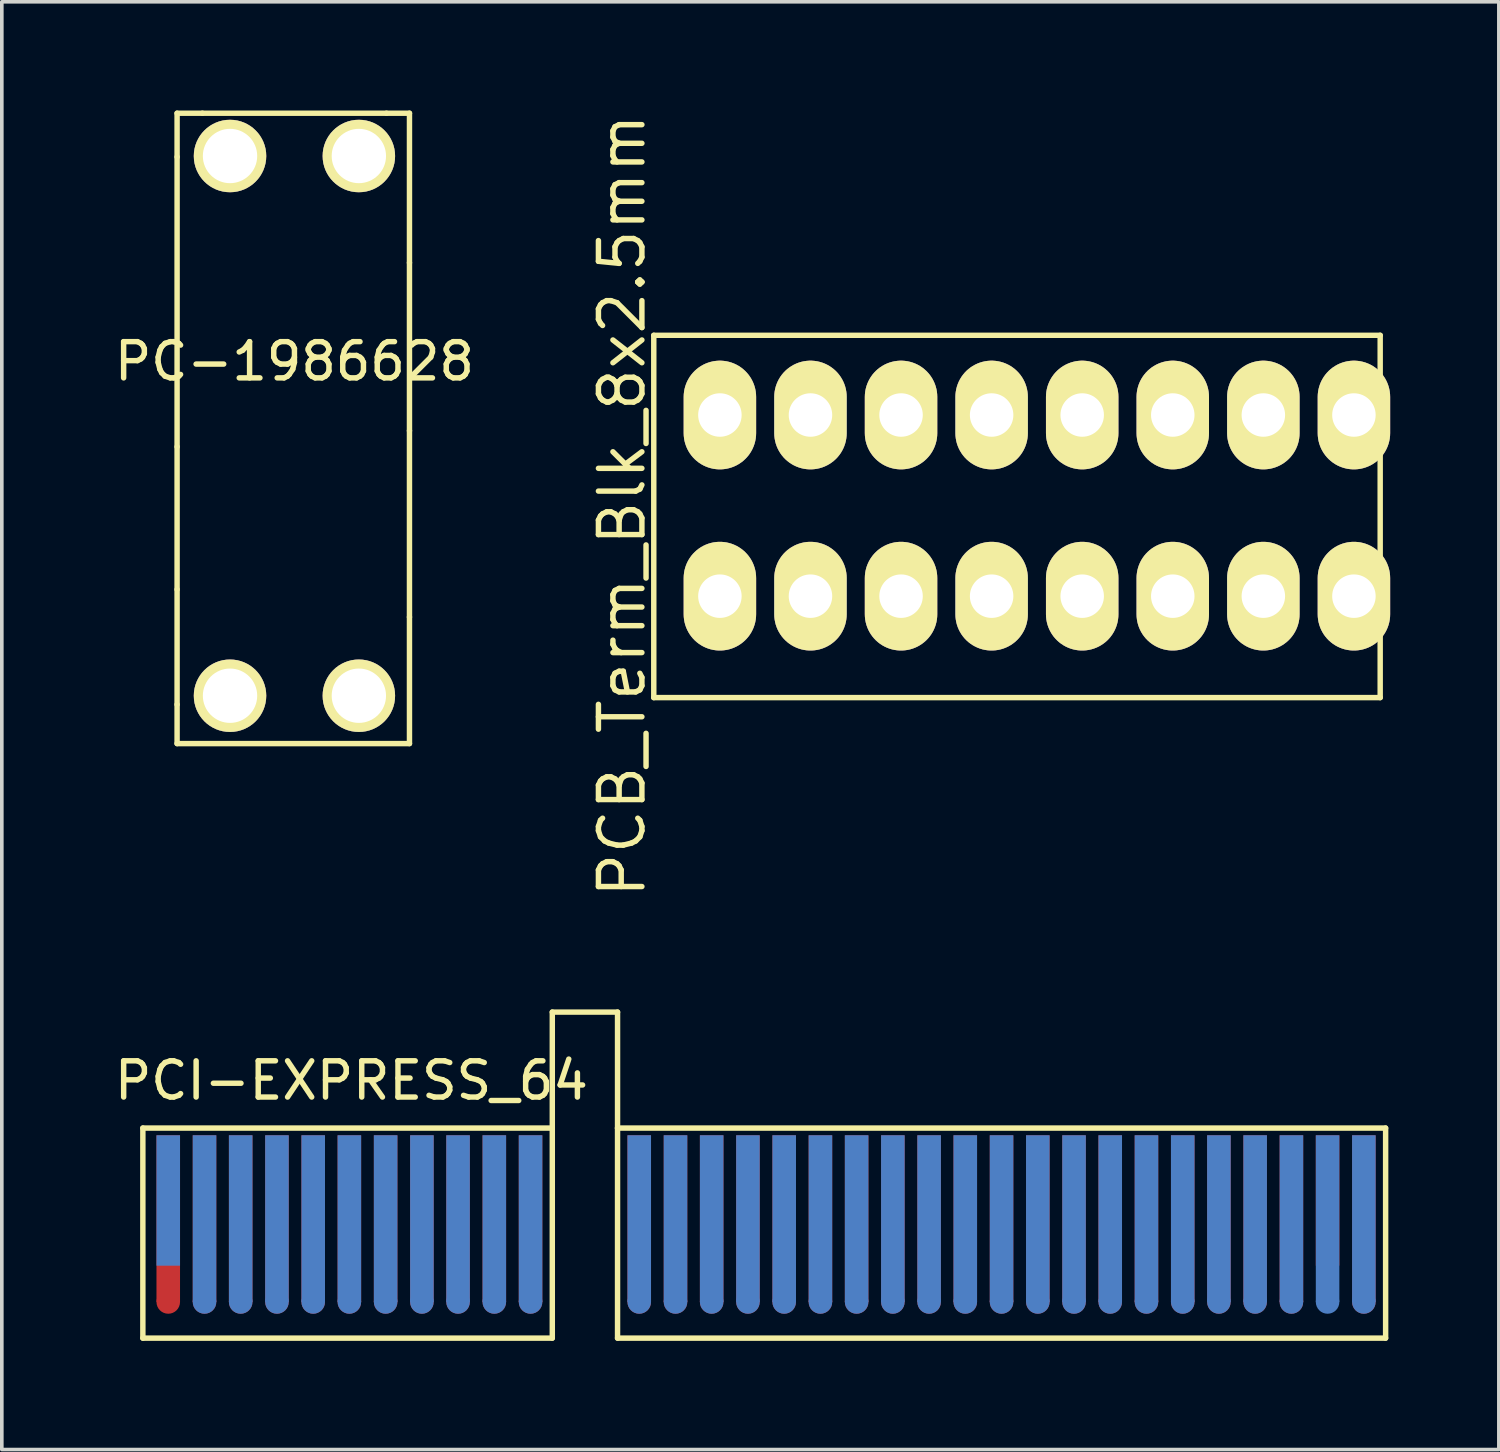
<source format=kicad_pcb>
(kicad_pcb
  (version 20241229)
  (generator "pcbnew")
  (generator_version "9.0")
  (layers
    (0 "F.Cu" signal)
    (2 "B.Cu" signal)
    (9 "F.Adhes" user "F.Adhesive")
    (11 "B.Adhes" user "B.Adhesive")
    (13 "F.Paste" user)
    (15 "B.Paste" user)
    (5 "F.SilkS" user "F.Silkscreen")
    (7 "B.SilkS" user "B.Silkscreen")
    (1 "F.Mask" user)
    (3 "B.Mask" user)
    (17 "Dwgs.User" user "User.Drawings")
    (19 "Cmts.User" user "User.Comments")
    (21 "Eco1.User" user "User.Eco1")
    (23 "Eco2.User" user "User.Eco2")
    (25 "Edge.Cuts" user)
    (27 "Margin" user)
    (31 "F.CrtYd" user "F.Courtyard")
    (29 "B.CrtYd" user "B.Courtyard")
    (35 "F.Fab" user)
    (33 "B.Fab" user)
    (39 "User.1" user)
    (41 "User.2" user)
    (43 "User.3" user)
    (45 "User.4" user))
  (footprint "PC-1986628"
    (layer "F.Cu")
    (at 5.077 7.695)
    (property "Reference" "PC-1986628" (at 0 -0.77 0) (layer "F.SilkS") (effects (font (size 1 1) (thickness 0.15))))
    (attr through_hole)
    (fp_line (start -3.239 -7.62) (end -3.239 -6.413) (stroke (width 0.15) (type solid)) (layer "F.SilkS"))
    (fp_line (start -3.239 -6.413) (end -3.239 1.587) (stroke (width 0.15) (type solid)) (layer "F.SilkS"))
    (fp_line (start -3.239 1.587) (end -3.239 5.524) (stroke (width 0.15) (type solid)) (layer "F.SilkS"))
    (fp_line (start -3.239 5.524) (end -3.239 8.7) (stroke (width 0.15) (type solid)) (layer "F.SilkS"))
    (fp_line (start -3.239 8.7) (end -3.239 9.779) (stroke (width 0.15) (type solid)) (layer "F.SilkS"))
    (fp_line (start -3.239 9.779) (end 3.175 9.779) (stroke (width 0.15) (type solid)) (layer "F.SilkS"))
    (fp_line (start -2.54 -7.62) (end -3.239 -7.62) (stroke (width 0.15) (type solid)) (layer "F.SilkS"))
    (fp_line (start 2.54 -7.62) (end -2.54 -7.62) (stroke (width 0.15) (type solid)) (layer "F.SilkS"))
    (fp_line (start 3.175 -7.62) (end 2.54 -7.62) (stroke (width 0.15) (type solid)) (layer "F.SilkS"))
    (fp_line (start 3.175 -3.493) (end 3.175 -7.62) (stroke (width 0.15) (type solid)) (layer "F.SilkS"))
    (fp_line (start 3.175 1.143) (end 3.175 -3.493) (stroke (width 0.15) (type solid)) (layer "F.SilkS"))
    (fp_line (start 3.175 6.287) (end 3.175 1.143) (stroke (width 0.15) (type solid)) (layer "F.SilkS"))
    (fp_line (start 3.175 9.779) (end 3.175 6.287) (stroke (width 0.15) (type solid)) (layer "F.SilkS"))
    (pad "1" thru_hole circle (at -1.778 -6.439) (size 2 2) (drill 1.5) (layers "*.Cu" "*.Mask" "F.SilkS"))
    (pad "2" thru_hole circle (at 1.778 -6.439) (size 2 2) (drill 1.5) (layers "*.Cu" "*.Mask" "F.SilkS"))
    (pad "3" thru_hole circle (at -1.778 8.458) (size 2 2) (drill 1.5) (layers "*.Cu" "*.Mask" "F.SilkS"))
    (pad "4" thru_hole circle (at 1.778 8.458) (size 2 2) (drill 1.5) (layers "*.Cu" "*.Mask" "F.SilkS")))
  (footprint "PCI-EXPRESS_64"
    (layer "F.Cu")
    (at 11.094 30.585)
    (property "Reference" "PCI-EXPRESS_64" (at -4.445 -3.81 0) (layer "F.SilkS") (effects (font (size 1 1) (thickness 0.15))))
    (attr through_hole)
    (fp_line (start -10.201 -2.499) (end 1.1 -2.499) (stroke (width 0.15) (type solid)) (layer "F.SilkS"))
    (fp_line (start -10.201 3.299) (end -10.201 -2.499) (stroke (width 0.15) (type solid)) (layer "F.SilkS"))
    (fp_line (start 1.1 -5.7) (end 2.901 -5.7) (stroke (width 0.15) (type solid)) (layer "F.SilkS"))
    (fp_line (start 1.1 -2.499) (end 1.1 -5.7) (stroke (width 0.15) (type solid)) (layer "F.SilkS"))
    (fp_line (start 1.1 -2.499) (end 1.1 3.299) (stroke (width 0.15) (type solid)) (layer "F.SilkS"))
    (fp_line (start 1.1 3.299) (end -10.201 3.299) (stroke (width 0.15) (type solid)) (layer "F.SilkS"))
    (fp_line (start 2.901 -5.7) (end 2.901 -2.499) (stroke (width 0.15) (type solid)) (layer "F.SilkS"))
    (fp_line (start 2.901 -2.499) (end 2.901 3.299) (stroke (width 0.15) (type solid)) (layer "F.SilkS"))
    (fp_line (start 2.901 3.299) (end 24.1 3.299) (stroke (width 0.15) (type solid)) (layer "F.SilkS"))
    (fp_line (start 24.1 -2.499) (end 2.901 -2.499) (stroke (width 0.15) (type solid)) (layer "F.SilkS"))
    (fp_line (start 24.101 -2.499) (end 24.101 3.299) (stroke (width 0.15) (type solid)) (layer "F.SilkS"))
    (pad "" connect circle (at -9.5 2.301) (size 0.65 0.65) (layers "F.Cu" "F.Mask"))
    (pad "" connect circle (at -8.499 2.301) (size 0.65 0.65) (layers "F.Cu" "F.Mask"))
    (pad "" connect oval (at -8.499 2.301 90) (size 0.65 0.65) (layers "B.Cu" "B.Mask"))
    (pad "" connect circle (at -7.501 2.301) (size 0.65 0.65) (layers "F.Cu" "F.Mask"))
    (pad "" connect oval (at -7.501 2.301 90) (size 0.65 0.65) (layers "B.Cu" "B.Mask"))
    (pad "" connect circle (at -6.5 2.301) (size 0.65 0.65) (layers "F.Cu" "F.Mask"))
    (pad "" connect oval (at -6.5 2.301 90) (size 0.65 0.65) (layers "B.Cu" "B.Mask"))
    (pad "" connect circle (at -5.499 2.301) (size 0.65 0.65) (layers "F.Cu" "F.Mask"))
    (pad "" connect oval (at -5.499 2.301 90) (size 0.65 0.65) (layers "B.Cu" "B.Mask"))
    (pad "" connect circle (at -4.501 2.301) (size 0.65 0.65) (layers "F.Cu" "F.Mask"))
    (pad "" connect oval (at -4.501 2.301 90) (size 0.65 0.65) (layers "B.Cu" "B.Mask"))
    (pad "" connect circle (at -3.5 2.301) (size 0.65 0.65) (layers "F.Cu" "F.Mask"))
    (pad "" connect oval (at -3.5 2.301 90) (size 0.65 0.65) (layers "B.Cu" "B.Mask"))
    (pad "" connect circle (at -2.499 2.301) (size 0.65 0.65) (layers "F.Cu" "F.Mask"))
    (pad "" connect oval (at -2.499 2.301 90) (size 0.65 0.65) (layers "B.Cu" "B.Mask"))
    (pad "" connect circle (at -1.501 2.301) (size 0.65 0.65) (layers "F.Cu" "F.Mask"))
    (pad "" connect oval (at -1.501 2.301 90) (size 0.65 0.65) (layers "B.Cu" "B.Mask"))
    (pad "" connect circle (at -0.5 2.301) (size 0.65 0.65) (layers "F.Cu" "F.Mask"))
    (pad "" connect oval (at -0.5 2.301 90) (size 0.65 0.65) (layers "B.Cu" "B.Mask"))
    (pad "" connect circle (at 0.5 2.301) (size 0.65 0.65) (layers "F.Cu" "F.Mask"))
    (pad "" connect oval (at 0.5 2.301 90) (size 0.65 0.65) (layers "B.Cu" "B.Mask"))
    (pad "" connect circle (at 3.5 2.301) (size 0.65 0.65) (layers "F.Cu" "F.Mask"))
    (pad "" connect oval (at 3.5 2.301 90) (size 0.65 0.65) (layers "B.Cu" "B.Mask"))
    (pad "" connect circle (at 4.501 2.301) (size 0.65 0.65) (layers "F.Cu" "F.Mask"))
    (pad "" connect oval (at 4.501 2.301 90) (size 0.65 0.65) (layers "B.Cu" "B.Mask"))
    (pad "" connect circle (at 5.499 2.301) (size 0.65 0.65) (layers "F.Cu" "F.Mask"))
    (pad "" connect oval (at 5.499 2.301 90) (size 0.65 0.65) (layers "B.Cu" "B.Mask"))
    (pad "" connect circle (at 6.5 2.301) (size 0.65 0.65) (layers "F.Cu" "F.Mask"))
    (pad "" connect oval (at 6.5 2.301 90) (size 0.65 0.65) (layers "B.Cu" "B.Mask"))
    (pad "" connect circle (at 7.501 2.301) (size 0.65 0.65) (layers "F.Cu" "F.Mask"))
    (pad "" connect oval (at 7.501 2.301 90) (size 0.65 0.65) (layers "B.Cu" "B.Mask"))
    (pad "" connect circle (at 8.501 2.301) (size 0.65 0.65) (layers "F.Cu" "F.Mask"))
    (pad "" connect oval (at 8.501 2.301 90) (size 0.65 0.65) (layers "B.Cu" "B.Mask"))
    (pad "" connect circle (at 9.5 2.301) (size 0.65 0.65) (layers "F.Cu" "F.Mask"))
    (pad "" connect oval (at 9.5 2.301 90) (size 0.65 0.65) (layers "B.Cu" "B.Mask"))
    (pad "" connect circle (at 10.5 2.301) (size 0.65 0.65) (layers "F.Cu" "F.Mask"))
    (pad "" connect oval (at 10.5 2.301 90) (size 0.65 0.65) (layers "B.Cu" "B.Mask"))
    (pad "" connect circle (at 11.501 2.301) (size 0.65 0.65) (layers "F.Cu" "F.Mask"))
    (pad "" connect oval (at 11.501 2.301 90) (size 0.65 0.65) (layers "B.Cu" "B.Mask"))
    (pad "" connect circle (at 12.499 2.301) (size 0.65 0.65) (layers "F.Cu" "F.Mask"))
    (pad "" connect oval (at 12.499 2.301 90) (size 0.65 0.65) (layers "B.Cu" "B.Mask"))
    (pad "" connect circle (at 13.5 2.301) (size 0.65 0.65) (layers "F.Cu" "F.Mask"))
    (pad "" connect oval (at 13.5 2.301 90) (size 0.65 0.65) (layers "B.Cu" "B.Mask"))
    (pad "" connect circle (at 14.501 2.301) (size 0.65 0.65) (layers "F.Cu" "F.Mask"))
    (pad "" connect oval (at 14.501 2.301 90) (size 0.65 0.65) (layers "B.Cu" "B.Mask"))
    (pad "" connect circle (at 15.501 2.301) (size 0.65 0.65) (layers "F.Cu" "F.Mask"))
    (pad "" connect oval (at 15.501 2.301 90) (size 0.65 0.65) (layers "B.Cu" "B.Mask"))
    (pad "" connect circle (at 16.5 2.301) (size 0.65 0.65) (layers "F.Cu" "F.Mask"))
    (pad "" connect oval (at 16.5 2.301 90) (size 0.65 0.65) (layers "B.Cu" "B.Mask"))
    (pad "" connect circle (at 17.5 2.301) (size 0.65 0.65) (layers "F.Cu" "F.Mask"))
    (pad "" connect oval (at 17.5 2.301 90) (size 0.65 0.65) (layers "B.Cu" "B.Mask"))
    (pad "" connect circle (at 18.501 2.301) (size 0.65 0.65) (layers "F.Cu" "F.Mask"))
    (pad "" connect oval (at 18.501 2.301 90) (size 0.65 0.65) (layers "B.Cu" "B.Mask"))
    (pad "" connect circle (at 19.499 2.301) (size 0.65 0.65) (layers "F.Cu" "F.Mask"))
    (pad "" connect oval (at 19.499 2.301 90) (size 0.65 0.65) (layers "B.Cu" "B.Mask"))
    (pad "" connect circle (at 20.5 2.301) (size 0.65 0.65) (layers "F.Cu" "F.Mask"))
    (pad "" connect oval (at 20.5 2.301 90) (size 0.65 0.65) (layers "B.Cu" "B.Mask"))
    (pad "" connect circle (at 21.501 2.301) (size 0.65 0.65) (layers "F.Cu" "F.Mask"))
    (pad "" connect oval (at 21.501 2.301 90) (size 0.65 0.65) (layers "B.Cu" "B.Mask"))
    (pad "" connect oval (at 22.499 2.301 90) (size 0.65 0.65) (layers "B.Cu" "B.Mask"))
    (pad "" connect circle (at 23.5 2.301) (size 0.65 0.65) (layers "F.Cu" "F.Mask"))
    (pad "" connect oval (at 23.5 2.301 90) (size 0.65 0.65) (layers "B.Cu" "B.Mask"))
    (pad "A1" connect rect (at -9.5 -0.5) (size 0.65 3.599) (layers "B.Cu" "B.Mask"))
    (pad "A2" connect rect (at -8.499 0) (size 0.65 4.6) (layers "B.Cu" "B.Mask"))
    (pad "A3" connect rect (at -7.501 0) (size 0.65 4.6) (layers "B.Cu" "B.Mask"))
    (pad "A4" connect rect (at -6.5 0) (size 0.65 4.6) (layers "B.Cu" "B.Mask"))
    (pad "A5" connect rect (at -5.499 0) (size 0.65 4.6) (layers "B.Cu" "B.Mask"))
    (pad "A6" connect rect (at -4.501 0) (size 0.65 4.6) (layers "B.Cu" "B.Mask"))
    (pad "A7" connect rect (at -3.5 0) (size 0.65 4.6) (layers "B.Cu" "B.Mask"))
    (pad "A8" connect rect (at -2.499 0) (size 0.65 4.6) (layers "B.Cu" "B.Mask"))
    (pad "A9" connect rect (at -1.501 0) (size 0.65 4.6) (layers "B.Cu" "B.Mask"))
    (pad "A10" connect rect (at -0.5 0) (size 0.65 4.6) (layers "B.Cu" "B.Mask"))
    (pad "A11" connect rect (at 0.5 0) (size 0.65 4.6) (layers "B.Cu" "B.Mask"))
    (pad "A12" connect rect (at 3.5 0) (size 0.65 4.6) (layers "B.Cu" "B.Mask"))
    (pad "A13" connect rect (at 4.501 0) (size 0.65 4.6) (layers "B.Cu" "B.Mask"))
    (pad "A14" connect rect (at 5.499 0) (size 0.65 4.6) (layers "B.Cu" "B.Mask"))
    (pad "A15" connect rect (at 6.5 0) (size 0.65 4.6) (layers "B.Cu" "B.Mask"))
    (pad "A16" connect rect (at 7.501 0) (size 0.65 4.6) (layers "B.Cu" "B.Mask"))
    (pad "A17" connect rect (at 8.501 0) (size 0.65 4.6) (layers "B.Cu" "B.Mask"))
    (pad "A18" connect rect (at 9.5 0) (size 0.65 4.6) (layers "B.Cu" "B.Mask"))
    (pad "A19" connect rect (at 10.5 0) (size 0.65 4.6) (layers "B.Cu" "B.Mask"))
    (pad "A20" connect rect (at 11.501 0) (size 0.65 4.6) (layers "B.Cu" "B.Mask"))
    (pad "A21" connect rect (at 12.499 0) (size 0.65 4.6) (layers "B.Cu" "B.Mask"))
    (pad "A22" connect rect (at 13.5 0) (size 0.65 4.6) (layers "B.Cu" "B.Mask"))
    (pad "A23" connect rect (at 14.501 0) (size 0.65 4.6) (layers "B.Cu" "B.Mask"))
    (pad "A24" connect rect (at 15.501 0) (size 0.65 4.6) (layers "B.Cu" "B.Mask"))
    (pad "A25" connect rect (at 16.5 0) (size 0.65 4.6) (layers "B.Cu" "B.Mask"))
    (pad "A26" connect rect (at 17.5 0) (size 0.65 4.6) (layers "B.Cu" "B.Mask"))
    (pad "A27" connect rect (at 18.501 0) (size 0.65 4.6) (layers "B.Cu" "B.Mask"))
    (pad "A28" connect rect (at 19.499 0) (size 0.65 4.6) (layers "B.Cu" "B.Mask"))
    (pad "A29" connect rect (at 20.5 0) (size 0.65 4.6) (layers "B.Cu" "B.Mask"))
    (pad "A30" connect rect (at 21.501 0) (size 0.65 4.6) (layers "B.Cu" "B.Mask"))
    (pad "A31" connect rect (at 22.499 0) (size 0.65 4.6) (layers "B.Cu" "B.Mask"))
    (pad "A32" connect rect (at 23.5 0) (size 0.65 4.6) (layers "B.Cu" "B.Mask"))
    (pad "B1" connect rect (at -9.5 0) (size 0.65 4.6) (layers "F.Cu" "F.Mask"))
    (pad "B2" connect rect (at -8.499 0) (size 0.65 4.6) (layers "F.Cu" "F.Mask"))
    (pad "B3" connect rect (at -7.501 0) (size 0.65 4.6) (layers "F.Cu" "F.Mask"))
    (pad "B4" connect rect (at -6.5 0) (size 0.65 4.6) (layers "F.Cu" "F.Mask"))
    (pad "B5" connect rect (at -5.499 0) (size 0.65 4.6) (layers "F.Cu" "F.Mask"))
    (pad "B6" connect rect (at -4.501 0) (size 0.65 4.6) (layers "F.Cu" "F.Mask"))
    (pad "B7" connect rect (at -3.5 0) (size 0.65 4.6) (layers "F.Cu" "F.Mask"))
    (pad "B8" connect rect (at -2.499 0) (size 0.65 4.6) (layers "F.Cu" "F.Mask"))
    (pad "B9" connect rect (at -1.501 0) (size 0.65 4.6) (layers "F.Cu" "F.Mask"))
    (pad "B10" connect rect (at -0.5 0) (size 0.65 4.6) (layers "F.Cu" "F.Mask"))
    (pad "B11" connect rect (at 0.5 0) (size 0.65 4.6) (layers "F.Cu" "F.Mask"))
    (pad "B12" connect rect (at 3.5 0) (size 0.65 4.6) (layers "F.Cu" "F.Mask"))
    (pad "B13" connect rect (at 4.501 0) (size 0.65 4.6) (layers "F.Cu" "F.Mask"))
    (pad "B14" connect rect (at 5.499 0) (size 0.65 4.6) (layers "F.Cu" "F.Mask"))
    (pad "B15" connect rect (at 6.5 0) (size 0.65 4.6) (layers "F.Cu" "F.Mask"))
    (pad "B16" connect rect (at 7.501 0) (size 0.65 4.6) (layers "F.Cu" "F.Mask"))
    (pad "B17" connect rect (at 8.501 0) (size 0.65 4.6) (layers "F.Cu" "F.Mask"))
    (pad "B18" connect rect (at 9.5 0) (size 0.65 4.6) (layers "F.Cu" "F.Mask"))
    (pad "B19" connect rect (at 10.5 0) (size 0.65 4.6) (layers "F.Cu" "F.Mask"))
    (pad "B20" connect rect (at 11.501 0) (size 0.65 4.6) (layers "F.Cu" "F.Mask"))
    (pad "B21" connect rect (at 12.499 0) (size 0.65 4.6) (layers "F.Cu" "F.Mask"))
    (pad "B22" connect rect (at 13.5 0) (size 0.65 4.6) (layers "F.Cu" "F.Mask"))
    (pad "B23" connect rect (at 14.501 0) (size 0.65 4.6) (layers "F.Cu" "F.Mask"))
    (pad "B24" connect rect (at 15.501 0) (size 0.65 4.6) (layers "F.Cu" "F.Mask"))
    (pad "B25" connect rect (at 16.5 0) (size 0.65 4.6) (layers "F.Cu" "F.Mask"))
    (pad "B26" connect rect (at 17.5 0) (size 0.65 4.6) (layers "F.Cu" "F.Mask"))
    (pad "B27" connect rect (at 18.501 0) (size 0.65 4.6) (layers "F.Cu" "F.Mask"))
    (pad "B28" connect rect (at 19.499 0) (size 0.65 4.6) (layers "F.Cu" "F.Mask"))
    (pad "B29" connect rect (at 20.5 0) (size 0.65 4.6) (layers "F.Cu" "F.Mask"))
    (pad "B30" connect rect (at 21.501 0) (size 0.65 4.6) (layers "F.Cu" "F.Mask"))
    (pad "B31" connect rect (at 22.499 -0.5) (size 0.65 3.599) (layers "F.Cu" "F.Mask"))
    (pad "B32" connect rect (at 23.5 0) (size 0.65 4.6) (layers "F.Cu" "F.Mask")))
  (footprint "PCB_Term_Blk_8x2.5mm"
    (layer "F.Cu")
    (at 25.57 10.905)
    (property "Reference" "PCB_Term_Blk_8x2.5mm" (at -11.45 0 90) (layer "F.SilkS") (effects (font (size 1.2 1.2) (thickness 0.15))))
    (attr through_hole)
    (fp_line (start -10.575 -4.7) (end -10.575 5.3) (stroke (width 0.15) (type solid)) (layer "F.SilkS"))
    (fp_line (start -10.575 5.3) (end 9.475 5.3) (stroke (width 0.15) (type solid)) (layer "F.SilkS"))
    (fp_line (start 9.475 -4.7) (end -10.575 -4.7) (stroke (width 0.15) (type solid)) (layer "F.SilkS"))
    (fp_line (start 9.475 5.3) (end 9.475 -4.7) (stroke (width 0.15) (type solid)) (layer "F.SilkS"))
    (pad "1" thru_hole oval (at -8.75 2.5) (size 2 3) (drill 1.2) (layers "*.Cu" "*.Mask" "F.SilkS"))
    (pad "2" thru_hole oval (at -6.25 2.5) (size 2 3) (drill 1.2) (layers "*.Cu" "*.Mask" "F.SilkS"))
    (pad "3" thru_hole oval (at -3.75 2.5) (size 2 3) (drill 1.2) (layers "*.Cu" "*.Mask" "F.SilkS"))
    (pad "4" thru_hole oval (at -1.25 2.5) (size 2 3) (drill 1.2) (layers "*.Cu" "*.Mask" "F.SilkS"))
    (pad "5" thru_hole oval (at 1.25 2.5) (size 2 3) (drill 1.2) (layers "*.Cu" "*.Mask" "F.SilkS"))
    (pad "6" thru_hole oval (at 3.75 2.5) (size 2 3) (drill 1.2) (layers "*.Cu" "*.Mask" "F.SilkS"))
    (pad "7" thru_hole oval (at 6.25 2.5) (size 2 3) (drill 1.2) (layers "*.Cu" "*.Mask" "F.SilkS"))
    (pad "8" thru_hole oval (at 8.75 2.5) (size 2 3) (drill 1.2) (layers "*.Cu" "*.Mask" "F.SilkS"))
    (pad "9" thru_hole oval (at 8.75 -2.5) (size 2 3) (drill 1.2) (layers "*.Cu" "*.Mask" "F.SilkS"))
    (pad "10" thru_hole oval (at 6.25 -2.5) (size 2 3) (drill 1.2) (layers "*.Cu" "*.Mask" "F.SilkS"))
    (pad "11" thru_hole oval (at 3.75 -2.5) (size 2 3) (drill 1.2) (layers "*.Cu" "*.Mask" "F.SilkS"))
    (pad "12" thru_hole oval (at 1.25 -2.5) (size 2 3) (drill 1.2) (layers "*.Cu" "*.Mask" "F.SilkS"))
    (pad "13" thru_hole oval (at -1.25 -2.5) (size 2 3) (drill 1.2) (layers "*.Cu" "*.Mask" "F.SilkS"))
    (pad "14" thru_hole oval (at -3.75 -2.5) (size 2 3) (drill 1.2) (layers "*.Cu" "*.Mask" "F.SilkS"))
    (pad "15" thru_hole oval (at -6.25 -2.5) (size 2 3) (drill 1.2) (layers "*.Cu" "*.Mask" "F.SilkS"))
    (pad "16" thru_hole oval (at -8.75 -2.5) (size 2 3) (drill 1.2) (layers "*.Cu" "*.Mask" "F.SilkS")))
  (gr_rect
    (start -3 -3)
    (end 38.32 36.959)
    (stroke (width 0.1) (type default))
    (fill no)
    (layer "Edge.Cuts")))
</source>
